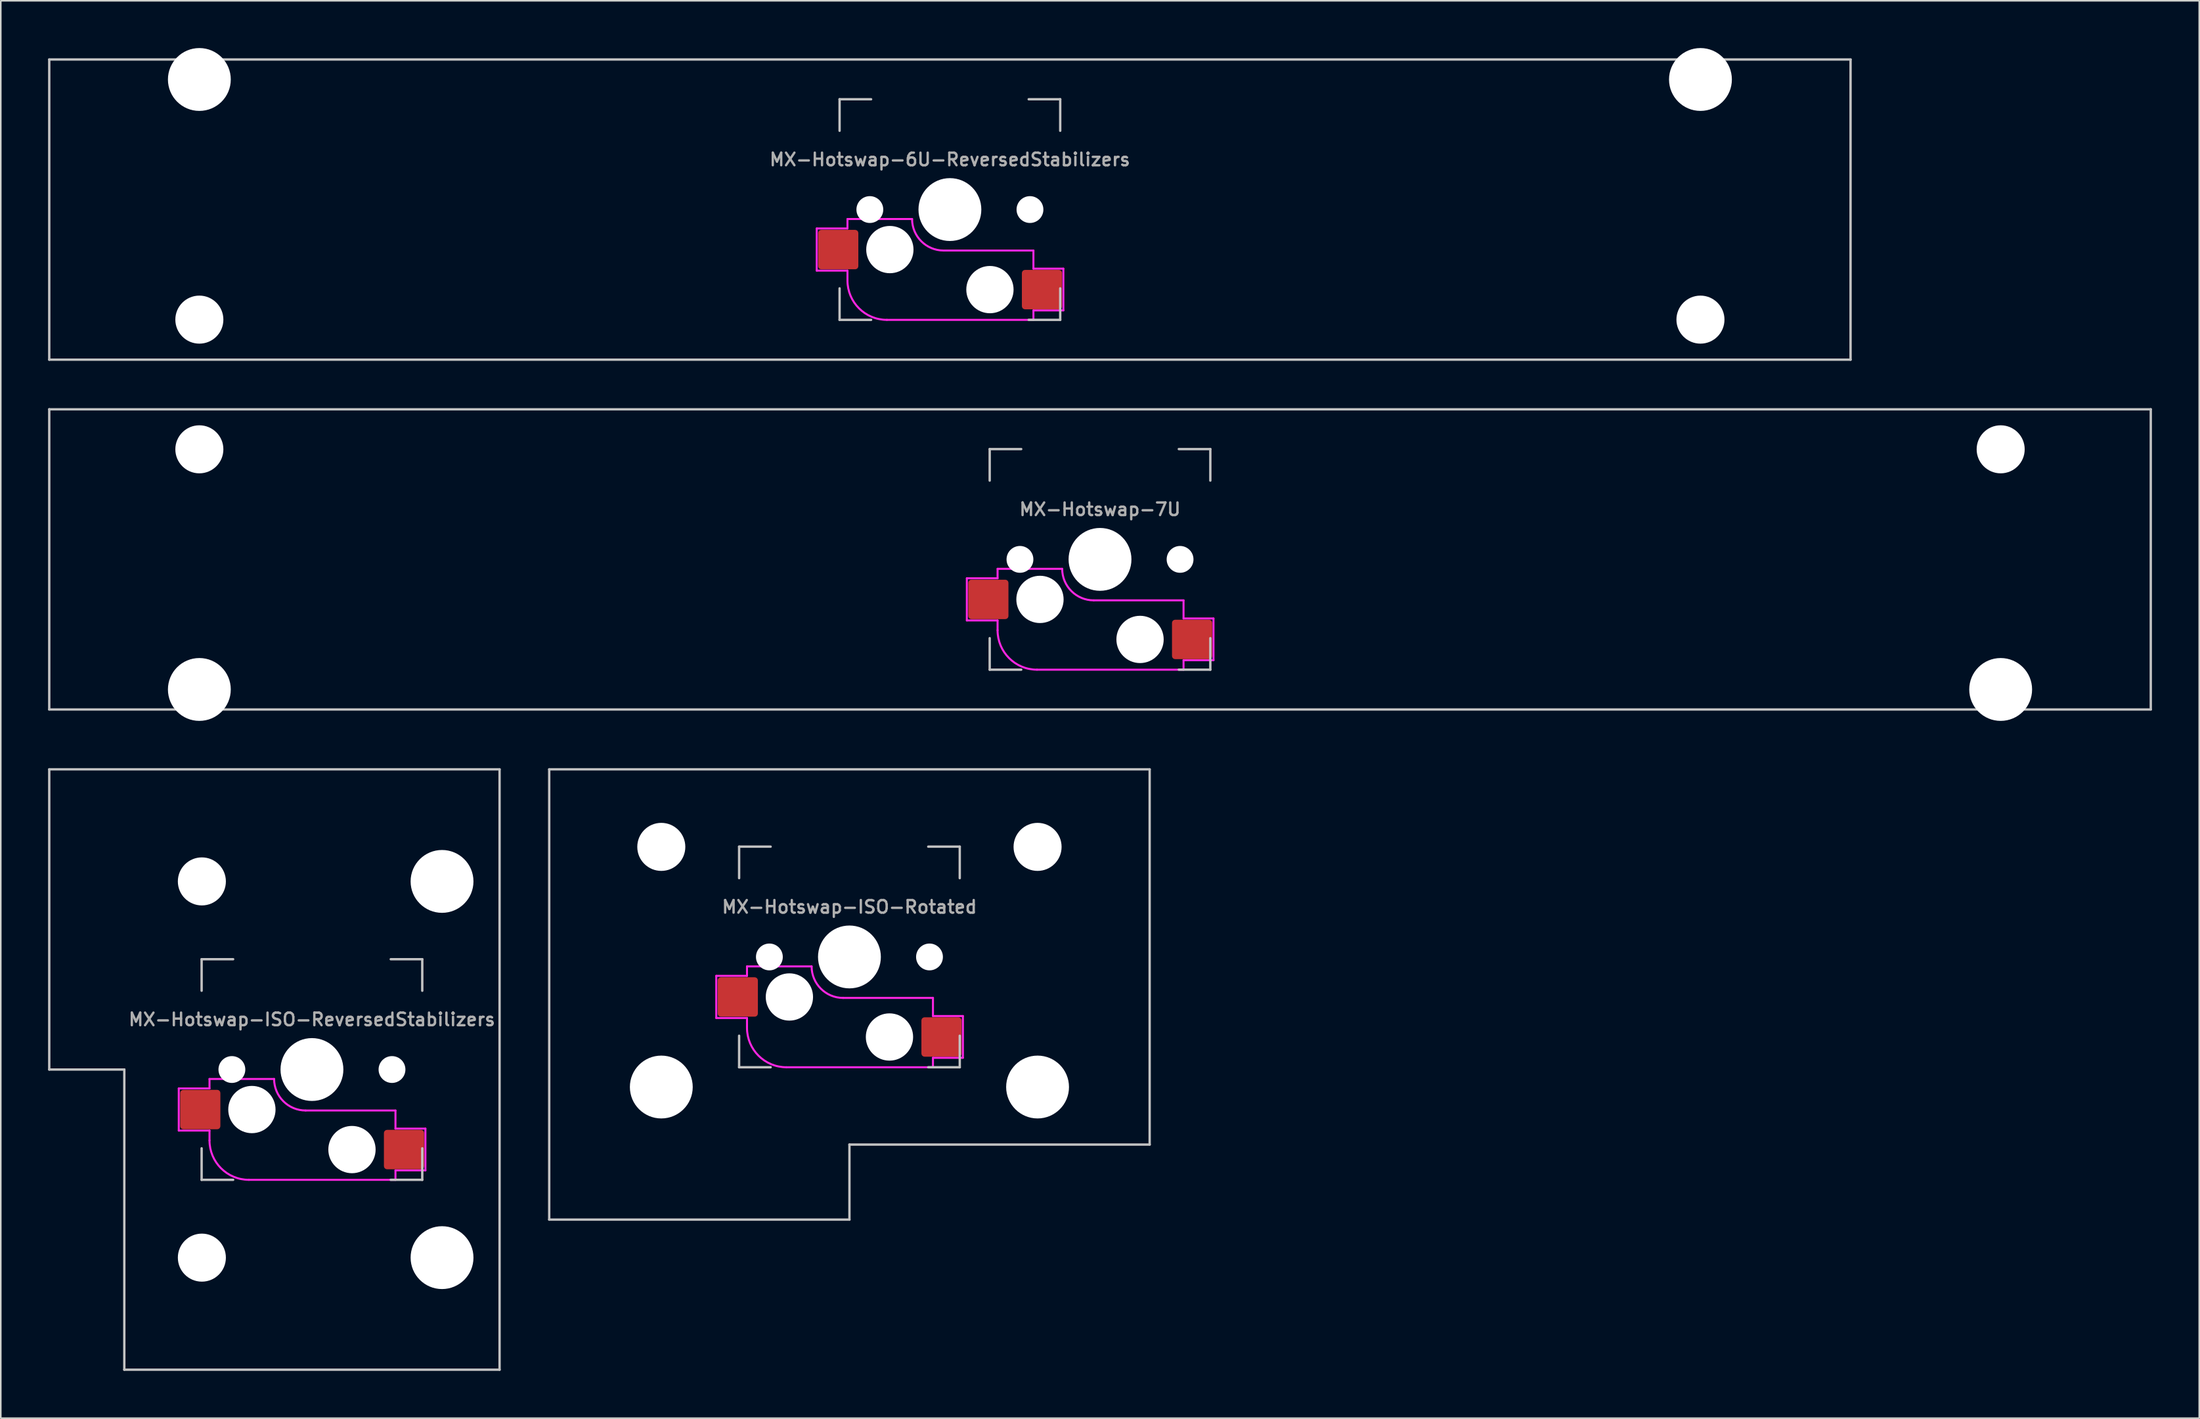
<source format=kicad_pcb>
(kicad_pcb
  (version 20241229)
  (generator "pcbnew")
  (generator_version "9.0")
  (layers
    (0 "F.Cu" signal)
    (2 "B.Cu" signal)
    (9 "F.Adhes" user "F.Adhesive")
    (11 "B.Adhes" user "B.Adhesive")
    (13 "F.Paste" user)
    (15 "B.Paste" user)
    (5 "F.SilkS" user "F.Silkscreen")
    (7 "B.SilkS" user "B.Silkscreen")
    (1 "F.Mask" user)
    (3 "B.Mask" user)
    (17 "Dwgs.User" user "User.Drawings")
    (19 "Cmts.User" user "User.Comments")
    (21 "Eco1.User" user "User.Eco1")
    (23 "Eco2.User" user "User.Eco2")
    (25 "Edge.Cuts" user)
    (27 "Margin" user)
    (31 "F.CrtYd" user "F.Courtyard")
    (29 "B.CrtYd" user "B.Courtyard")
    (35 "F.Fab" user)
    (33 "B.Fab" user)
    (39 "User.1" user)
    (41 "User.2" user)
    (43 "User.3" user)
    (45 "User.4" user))
  (footprint "MX-Hotswap-7U"
    (layer "F.Cu")
    (at 66.75 32.449)
    (property "Reference" "MX-Hotswap-7U" (at 0 -3.175 180) (layer "F.Fab") (effects (font (size 0.8 0.8) (thickness 0.15))))
    (attr smd)
    (fp_line (start -66.675 9.525) (end -66.675 -9.525) (stroke (width 0.15) (type solid)) (layer "Dwgs.User"))
    (fp_line (start -7 -7) (end -7 -5) (stroke (width 0.15) (type solid)) (layer "Dwgs.User"))
    (fp_line (start -7 5) (end -7 7) (stroke (width 0.15) (type solid)) (layer "Dwgs.User"))
    (fp_line (start -7 7) (end -5 7) (stroke (width 0.15) (type solid)) (layer "Dwgs.User"))
    (fp_line (start -5 -7) (end -7 -7) (stroke (width 0.15) (type solid)) (layer "Dwgs.User"))
    (fp_line (start 7 -7) (end 5 -7) (stroke (width 0.15) (type solid)) (layer "Dwgs.User"))
    (fp_line (start 7 -5) (end 7 -7) (stroke (width 0.15) (type solid)) (layer "Dwgs.User"))
    (fp_line (start 7 5) (end 7 7) (stroke (width 0.15) (type solid)) (layer "Dwgs.User"))
    (fp_line (start 7 7) (end 5 7) (stroke (width 0.15) (type solid)) (layer "Dwgs.User"))
    (fp_line (start 66.675 -9.525) (end -66.675 -9.525) (stroke (width 0.15) (type solid)) (layer "Dwgs.User"))
    (fp_line (start 66.675 9.525) (end -66.675 9.525) (stroke (width 0.15) (type solid)) (layer "Dwgs.User"))
    (fp_line (start 66.675 9.525) (end 66.675 -9.525) (stroke (width 0.15) (type solid)) (layer "Dwgs.User"))
    (fp_line (start -8.45 1.2) (end -8.45 3.875) (stroke (width 0.127) (type solid)) (layer "F.CrtYd"))
    (fp_line (start -8.45 3.875) (end -6.5 3.875) (stroke (width 0.127) (type solid)) (layer "F.CrtYd"))
    (fp_line (start -6.5 1.2) (end -8.45 1.2) (stroke (width 0.127) (type solid)) (layer "F.CrtYd"))
    (fp_line (start -6.5 1.2) (end -6.5 0.6) (stroke (width 0.127) (type solid)) (layer "F.CrtYd"))
    (fp_line (start -6.5 3.875) (end -6.5 4.5) (stroke (width 0.127) (type solid)) (layer "F.CrtYd"))
    (fp_line (start -4 7) (end 5.3 7) (stroke (width 0.127) (type solid)) (layer "F.CrtYd"))
    (fp_line (start -2.4 0.6) (end -6.5 0.6) (stroke (width 0.127) (type solid)) (layer "F.CrtYd"))
    (fp_line (start 5.3 2.6) (end -0.4 2.6) (stroke (width 0.127) (type solid)) (layer "F.CrtYd"))
    (fp_line (start 5.3 3.75) (end 5.3 2.6) (stroke (width 0.127) (type solid)) (layer "F.CrtYd"))
    (fp_line (start 5.3 3.75) (end 7.2 3.75) (stroke (width 0.127) (type solid)) (layer "F.CrtYd"))
    (fp_line (start 5.3 6.4) (end 5.3 7) (stroke (width 0.127) (type solid)) (layer "F.CrtYd"))
    (fp_line (start 7.2 3.75) (end 7.2 6.4) (stroke (width 0.127) (type solid)) (layer "F.CrtYd"))
    (fp_line (start 7.2 6.4) (end 5.3 6.4) (stroke (width 0.127) (type solid)) (layer "F.CrtYd"))
    (fp_arc (start -4 7) (mid -5.767767 6.267767) (end -6.5 4.5) (stroke (width 0.127) (type solid)) (layer "F.CrtYd"))
    (fp_arc (start -0.4 2.6) (mid -1.814214 2.014214) (end -2.4 0.6) (stroke (width 0.127) (type solid)) (layer "F.CrtYd"))
    (pad "" np_thru_hole circle (at -57.15 -6.985) (size 3.048 3.048) (drill 3.048) (layers "*.Cu" "*.Mask"))
    (pad "" np_thru_hole circle (at -57.15 8.255) (size 3.988 3.988) (drill 3.988) (layers "*.Cu" "*.Mask"))
    (pad "" np_thru_hole circle (at -5.08 0 131.901) (size 1.702 1.702) (drill 1.702) (layers "*.Cu" "*.Mask"))
    (pad "" np_thru_hole circle (at -3.81 2.54 180) (size 3 3) (drill 3) (layers "*.Cu" "*.Mask"))
    (pad "" np_thru_hole circle (at 0 0 180) (size 3.988 3.988) (drill 3.988) (layers "*.Cu" "*.Mask"))
    (pad "" np_thru_hole circle (at 2.54 5.08 180) (size 3 3) (drill 3) (layers "*.Cu" "*.Mask"))
    (pad "" np_thru_hole circle (at 5.08 0 131.901) (size 1.702 1.702) (drill 1.702) (layers "*.Cu" "*.Mask"))
    (pad "" np_thru_hole circle (at 57.15 -6.985) (size 3.048 3.048) (drill 3.048) (layers "*.Cu" "*.Mask"))
    (pad "" np_thru_hole circle (at 57.15 8.255) (size 3.988 3.988) (drill 3.988) (layers "*.Cu" "*.Mask"))
    (pad "1" smd roundrect (at -7.085 2.54 180) (size 2.55 2.5) (layers "F.Cu" "F.Mask" "F.Paste") (roundrect_rratio 0.08))
    (pad "2" smd roundrect (at 5.842 5.08 180) (size 2.55 2.5) (layers "F.Cu" "F.Mask" "F.Paste") (roundrect_rratio 0.08)))
  (footprint "MX-Hotswap-6U-ReversedStabilizers"
    (layer "F.Cu")
    (at 57.225 10.249)
    (property "Reference" "MX-Hotswap-6U-ReversedStabilizers" (at 0 -3.175 180) (layer "F.Fab") (effects (font (size 0.8 0.8) (thickness 0.15))))
    (attr smd)
    (fp_line (start -57.15 9.525) (end -57.15 -9.525) (stroke (width 0.15) (type solid)) (layer "Dwgs.User"))
    (fp_line (start -7 -7) (end -7 -5) (stroke (width 0.15) (type solid)) (layer "Dwgs.User"))
    (fp_line (start -7 5) (end -7 7) (stroke (width 0.15) (type solid)) (layer "Dwgs.User"))
    (fp_line (start -7 7) (end -5 7) (stroke (width 0.15) (type solid)) (layer "Dwgs.User"))
    (fp_line (start -5 -7) (end -7 -7) (stroke (width 0.15) (type solid)) (layer "Dwgs.User"))
    (fp_line (start 7 -7) (end 5 -7) (stroke (width 0.15) (type solid)) (layer "Dwgs.User"))
    (fp_line (start 7 -5) (end 7 -7) (stroke (width 0.15) (type solid)) (layer "Dwgs.User"))
    (fp_line (start 7 5) (end 7 7) (stroke (width 0.15) (type solid)) (layer "Dwgs.User"))
    (fp_line (start 7 7) (end 5 7) (stroke (width 0.15) (type solid)) (layer "Dwgs.User"))
    (fp_line (start 57.15 -9.525) (end -57.15 -9.525) (stroke (width 0.15) (type solid)) (layer "Dwgs.User"))
    (fp_line (start 57.15 9.525) (end -57.15 9.525) (stroke (width 0.15) (type solid)) (layer "Dwgs.User"))
    (fp_line (start 57.15 9.525) (end 57.15 -9.525) (stroke (width 0.15) (type solid)) (layer "Dwgs.User"))
    (fp_line (start -8.45 1.2) (end -8.45 3.875) (stroke (width 0.127) (type solid)) (layer "F.CrtYd"))
    (fp_line (start -8.45 3.875) (end -6.5 3.875) (stroke (width 0.127) (type solid)) (layer "F.CrtYd"))
    (fp_line (start -6.5 1.2) (end -8.45 1.2) (stroke (width 0.127) (type solid)) (layer "F.CrtYd"))
    (fp_line (start -6.5 1.2) (end -6.5 0.6) (stroke (width 0.127) (type solid)) (layer "F.CrtYd"))
    (fp_line (start -6.5 3.875) (end -6.5 4.5) (stroke (width 0.127) (type solid)) (layer "F.CrtYd"))
    (fp_line (start -4 7) (end 5.3 7) (stroke (width 0.127) (type solid)) (layer "F.CrtYd"))
    (fp_line (start -2.4 0.6) (end -6.5 0.6) (stroke (width 0.127) (type solid)) (layer "F.CrtYd"))
    (fp_line (start 5.3 2.6) (end -0.4 2.6) (stroke (width 0.127) (type solid)) (layer "F.CrtYd"))
    (fp_line (start 5.3 3.75) (end 5.3 2.6) (stroke (width 0.127) (type solid)) (layer "F.CrtYd"))
    (fp_line (start 5.3 3.75) (end 7.2 3.75) (stroke (width 0.127) (type solid)) (layer "F.CrtYd"))
    (fp_line (start 5.3 6.4) (end 5.3 7) (stroke (width 0.127) (type solid)) (layer "F.CrtYd"))
    (fp_line (start 7.2 3.75) (end 7.2 6.4) (stroke (width 0.127) (type solid)) (layer "F.CrtYd"))
    (fp_line (start 7.2 6.4) (end 5.3 6.4) (stroke (width 0.127) (type solid)) (layer "F.CrtYd"))
    (fp_arc (start -4 7) (mid -5.767767 6.267767) (end -6.5 4.5) (stroke (width 0.127) (type solid)) (layer "F.CrtYd"))
    (fp_arc (start -0.4 2.6) (mid -1.814214 2.014214) (end -2.4 0.6) (stroke (width 0.127) (type solid)) (layer "F.CrtYd"))
    (pad "" np_thru_hole circle (at -47.625 -8.255) (size 3.988 3.988) (drill 3.988) (layers "*.Cu" "*.Mask"))
    (pad "" np_thru_hole circle (at -47.625 6.985) (size 3.048 3.048) (drill 3.048) (layers "*.Cu" "*.Mask"))
    (pad "" np_thru_hole circle (at -5.08 0 131.901) (size 1.702 1.702) (drill 1.702) (layers "*.Cu" "*.Mask"))
    (pad "" np_thru_hole circle (at -3.81 2.54 180) (size 3 3) (drill 3) (layers "*.Cu" "*.Mask"))
    (pad "" np_thru_hole circle (at 0 0 180) (size 3.988 3.988) (drill 3.988) (layers "*.Cu" "*.Mask"))
    (pad "" np_thru_hole circle (at 2.54 5.08 180) (size 3 3) (drill 3) (layers "*.Cu" "*.Mask"))
    (pad "" np_thru_hole circle (at 5.08 0 131.901) (size 1.702 1.702) (drill 1.702) (layers "*.Cu" "*.Mask"))
    (pad "" np_thru_hole circle (at 47.625 -8.255) (size 3.988 3.988) (drill 3.988) (layers "*.Cu" "*.Mask"))
    (pad "" np_thru_hole circle (at 47.625 6.985) (size 3.048 3.048) (drill 3.048) (layers "*.Cu" "*.Mask"))
    (pad "1" smd roundrect (at -7.085 2.54 180) (size 2.55 2.5) (layers "F.Cu" "F.Mask" "F.Paste") (roundrect_rratio 0.08))
    (pad "2" smd roundrect (at 5.842 5.08 180) (size 2.55 2.5) (layers "F.Cu" "F.Mask" "F.Paste") (roundrect_rratio 0.08)))
  (footprint "MX-Hotswap-ISO-Rotated"
    (layer "F.Cu")
    (at 50.85 57.679)
    (property "Reference" "MX-Hotswap-ISO-Rotated" (at 0 -3.175 180) (layer "F.Fab") (effects (font (size 0.8 0.8) (thickness 0.15))))
    (attr smd)
    (fp_line (start -19.05 -11.906) (end 19.05 -11.906) (stroke (width 0.15) (type solid)) (layer "Dwgs.User"))
    (fp_line (start -19.05 16.669) (end -19.05 -11.906) (stroke (width 0.15) (type solid)) (layer "Dwgs.User"))
    (fp_line (start -19.05 16.669) (end 0 16.669) (stroke (width 0.15) (type solid)) (layer "Dwgs.User"))
    (fp_line (start -7 -7) (end -7 -5) (stroke (width 0.15) (type solid)) (layer "Dwgs.User"))
    (fp_line (start -7 5) (end -7 7) (stroke (width 0.15) (type solid)) (layer "Dwgs.User"))
    (fp_line (start -7 7) (end -5 7) (stroke (width 0.15) (type solid)) (layer "Dwgs.User"))
    (fp_line (start -5 -7) (end -7 -7) (stroke (width 0.15) (type solid)) (layer "Dwgs.User"))
    (fp_line (start 0 11.906) (end 0 16.669) (stroke (width 0.15) (type solid)) (layer "Dwgs.User"))
    (fp_line (start 7 -7) (end 5 -7) (stroke (width 0.15) (type solid)) (layer "Dwgs.User"))
    (fp_line (start 7 -5) (end 7 -7) (stroke (width 0.15) (type solid)) (layer "Dwgs.User"))
    (fp_line (start 7 5) (end 7 7) (stroke (width 0.15) (type solid)) (layer "Dwgs.User"))
    (fp_line (start 7 7) (end 5 7) (stroke (width 0.15) (type solid)) (layer "Dwgs.User"))
    (fp_line (start 19.05 11.906) (end 0 11.906) (stroke (width 0.15) (type solid)) (layer "Dwgs.User"))
    (fp_line (start 19.05 11.906) (end 19.05 -11.906) (stroke (width 0.15) (type solid)) (layer "Dwgs.User"))
    (fp_line (start -8.45 1.2) (end -8.45 3.875) (stroke (width 0.127) (type solid)) (layer "F.CrtYd"))
    (fp_line (start -8.45 3.875) (end -6.5 3.875) (stroke (width 0.127) (type solid)) (layer "F.CrtYd"))
    (fp_line (start -6.5 1.2) (end -8.45 1.2) (stroke (width 0.127) (type solid)) (layer "F.CrtYd"))
    (fp_line (start -6.5 1.2) (end -6.5 0.6) (stroke (width 0.127) (type solid)) (layer "F.CrtYd"))
    (fp_line (start -6.5 3.875) (end -6.5 4.5) (stroke (width 0.127) (type solid)) (layer "F.CrtYd"))
    (fp_line (start -4 7) (end 5.3 7) (stroke (width 0.127) (type solid)) (layer "F.CrtYd"))
    (fp_line (start -2.4 0.6) (end -6.5 0.6) (stroke (width 0.127) (type solid)) (layer "F.CrtYd"))
    (fp_line (start 5.3 2.6) (end -0.4 2.6) (stroke (width 0.127) (type solid)) (layer "F.CrtYd"))
    (fp_line (start 5.3 3.75) (end 5.3 2.6) (stroke (width 0.127) (type solid)) (layer "F.CrtYd"))
    (fp_line (start 5.3 3.75) (end 7.2 3.75) (stroke (width 0.127) (type solid)) (layer "F.CrtYd"))
    (fp_line (start 5.3 6.4) (end 5.3 7) (stroke (width 0.127) (type solid)) (layer "F.CrtYd"))
    (fp_line (start 7.2 3.75) (end 7.2 6.4) (stroke (width 0.127) (type solid)) (layer "F.CrtYd"))
    (fp_line (start 7.2 6.4) (end 5.3 6.4) (stroke (width 0.127) (type solid)) (layer "F.CrtYd"))
    (fp_arc (start -4 7) (mid -5.767767 6.267767) (end -6.5 4.5) (stroke (width 0.127) (type solid)) (layer "F.CrtYd"))
    (fp_arc (start -0.4 2.6) (mid -1.814214 2.014214) (end -2.4 0.6) (stroke (width 0.127) (type solid)) (layer "F.CrtYd"))
    (pad "" np_thru_hole circle (at -11.938 -6.985) (size 3.048 3.048) (drill 3.048) (layers "*.Cu" "*.Mask"))
    (pad "" np_thru_hole circle (at -11.938 8.255) (size 3.988 3.988) (drill 3.988) (layers "*.Cu" "*.Mask"))
    (pad "" np_thru_hole circle (at -5.08 0 131.901) (size 1.702 1.702) (drill 1.702) (layers "*.Cu" "*.Mask"))
    (pad "" np_thru_hole circle (at -3.81 2.54 180) (size 3 3) (drill 3) (layers "*.Cu" "*.Mask"))
    (pad "" np_thru_hole circle (at 0 0 180) (size 3.988 3.988) (drill 3.988) (layers "*.Cu" "*.Mask"))
    (pad "" np_thru_hole circle (at 2.54 5.08 180) (size 3 3) (drill 3) (layers "*.Cu" "*.Mask"))
    (pad "" np_thru_hole circle (at 5.08 0 131.901) (size 1.702 1.702) (drill 1.702) (layers "*.Cu" "*.Mask"))
    (pad "" np_thru_hole circle (at 11.938 -6.985) (size 3.048 3.048) (drill 3.048) (layers "*.Cu" "*.Mask"))
    (pad "" np_thru_hole circle (at 11.938 8.255) (size 3.988 3.988) (drill 3.988) (layers "*.Cu" "*.Mask"))
    (pad "1" smd roundrect (at -7.085 2.54 180) (size 2.55 2.5) (layers "F.Cu" "F.Mask" "F.Paste") (roundrect_rratio 0.08))
    (pad "2" smd roundrect (at 5.842 5.08 180) (size 2.55 2.5) (layers "F.Cu" "F.Mask" "F.Paste") (roundrect_rratio 0.08)))
  (footprint "MX-Hotswap-ISO-ReversedStabilizers"
    (layer "F.Cu")
    (at 16.744 64.823)
    (property "Reference" "MX-Hotswap-ISO-ReversedStabilizers" (at 0 -3.175 180) (layer "F.Fab") (effects (font (size 0.8 0.8) (thickness 0.15))))
    (attr smd)
    (fp_line (start -16.669 -19.05) (end -16.669 0) (stroke (width 0.15) (type solid)) (layer "Dwgs.User"))
    (fp_line (start -16.669 -19.05) (end 11.906 -19.05) (stroke (width 0.15) (type solid)) (layer "Dwgs.User"))
    (fp_line (start -11.906 0) (end -16.669 0) (stroke (width 0.15) (type solid)) (layer "Dwgs.User"))
    (fp_line (start -11.906 19.05) (end -11.906 0) (stroke (width 0.15) (type solid)) (layer "Dwgs.User"))
    (fp_line (start -11.906 19.05) (end 11.906 19.05) (stroke (width 0.15) (type solid)) (layer "Dwgs.User"))
    (fp_line (start -7 -7) (end -7 -5) (stroke (width 0.15) (type solid)) (layer "Dwgs.User"))
    (fp_line (start -7 5) (end -7 7) (stroke (width 0.15) (type solid)) (layer "Dwgs.User"))
    (fp_line (start -7 7) (end -5 7) (stroke (width 0.15) (type solid)) (layer "Dwgs.User"))
    (fp_line (start -5 -7) (end -7 -7) (stroke (width 0.15) (type solid)) (layer "Dwgs.User"))
    (fp_line (start 7 -7) (end 5 -7) (stroke (width 0.15) (type solid)) (layer "Dwgs.User"))
    (fp_line (start 7 -5) (end 7 -7) (stroke (width 0.15) (type solid)) (layer "Dwgs.User"))
    (fp_line (start 7 5) (end 7 7) (stroke (width 0.15) (type solid)) (layer "Dwgs.User"))
    (fp_line (start 7 7) (end 5 7) (stroke (width 0.15) (type solid)) (layer "Dwgs.User"))
    (fp_line (start 11.906 -19.05) (end 11.906 19.05) (stroke (width 0.15) (type solid)) (layer "Dwgs.User"))
    (fp_line (start -8.45 1.2) (end -8.45 3.875) (stroke (width 0.127) (type solid)) (layer "F.CrtYd"))
    (fp_line (start -8.45 3.875) (end -6.5 3.875) (stroke (width 0.127) (type solid)) (layer "F.CrtYd"))
    (fp_line (start -6.5 1.2) (end -8.45 1.2) (stroke (width 0.127) (type solid)) (layer "F.CrtYd"))
    (fp_line (start -6.5 1.2) (end -6.5 0.6) (stroke (width 0.127) (type solid)) (layer "F.CrtYd"))
    (fp_line (start -6.5 3.875) (end -6.5 4.5) (stroke (width 0.127) (type solid)) (layer "F.CrtYd"))
    (fp_line (start -4 7) (end 5.3 7) (stroke (width 0.127) (type solid)) (layer "F.CrtYd"))
    (fp_line (start -2.4 0.6) (end -6.5 0.6) (stroke (width 0.127) (type solid)) (layer "F.CrtYd"))
    (fp_line (start 5.3 2.6) (end -0.4 2.6) (stroke (width 0.127) (type solid)) (layer "F.CrtYd"))
    (fp_line (start 5.3 3.75) (end 5.3 2.6) (stroke (width 0.127) (type solid)) (layer "F.CrtYd"))
    (fp_line (start 5.3 3.75) (end 7.2 3.75) (stroke (width 0.127) (type solid)) (layer "F.CrtYd"))
    (fp_line (start 5.3 6.4) (end 5.3 7) (stroke (width 0.127) (type solid)) (layer "F.CrtYd"))
    (fp_line (start 7.2 3.75) (end 7.2 6.4) (stroke (width 0.127) (type solid)) (layer "F.CrtYd"))
    (fp_line (start 7.2 6.4) (end 5.3 6.4) (stroke (width 0.127) (type solid)) (layer "F.CrtYd"))
    (fp_arc (start -4 7) (mid -5.767767 6.267767) (end -6.5 4.5) (stroke (width 0.127) (type solid)) (layer "F.CrtYd"))
    (fp_arc (start -0.4 2.6) (mid -1.814214 2.014214) (end -2.4 0.6) (stroke (width 0.127) (type solid)) (layer "F.CrtYd"))
    (pad "" np_thru_hole circle (at -6.985 -11.938) (size 3.048 3.048) (drill 3.048) (layers "*.Cu" "*.Mask"))
    (pad "" np_thru_hole circle (at -6.985 11.938) (size 3.048 3.048) (drill 3.048) (layers "*.Cu" "*.Mask"))
    (pad "" np_thru_hole circle (at -5.08 0 131.901) (size 1.702 1.702) (drill 1.702) (layers "*.Cu" "*.Mask"))
    (pad "" np_thru_hole circle (at -3.81 2.54 180) (size 3 3) (drill 3) (layers "*.Cu" "*.Mask"))
    (pad "" np_thru_hole circle (at 0 0 180) (size 3.988 3.988) (drill 3.988) (layers "*.Cu" "*.Mask"))
    (pad "" np_thru_hole circle (at 2.54 5.08 180) (size 3 3) (drill 3) (layers "*.Cu" "*.Mask"))
    (pad "" np_thru_hole circle (at 5.08 0 131.901) (size 1.702 1.702) (drill 1.702) (layers "*.Cu" "*.Mask"))
    (pad "" np_thru_hole circle (at 8.255 -11.938) (size 3.988 3.988) (drill 3.988) (layers "*.Cu" "*.Mask"))
    (pad "" np_thru_hole circle (at 8.255 11.938) (size 3.988 3.988) (drill 3.988) (layers "*.Cu" "*.Mask"))
    (pad "1" smd roundrect (at -7.085 2.54 180) (size 2.55 2.5) (layers "F.Cu" "F.Mask" "F.Paste") (roundrect_rratio 0.08))
    (pad "2" smd roundrect (at 5.842 5.08 180) (size 2.55 2.5) (layers "F.Cu" "F.Mask" "F.Paste") (roundrect_rratio 0.08)))
  (gr_rect
    (start -3 -3)
    (end 136.5 86.948)
    (stroke (width 0.1) (type default))
    (fill no)
    (layer "Edge.Cuts")))
</source>
